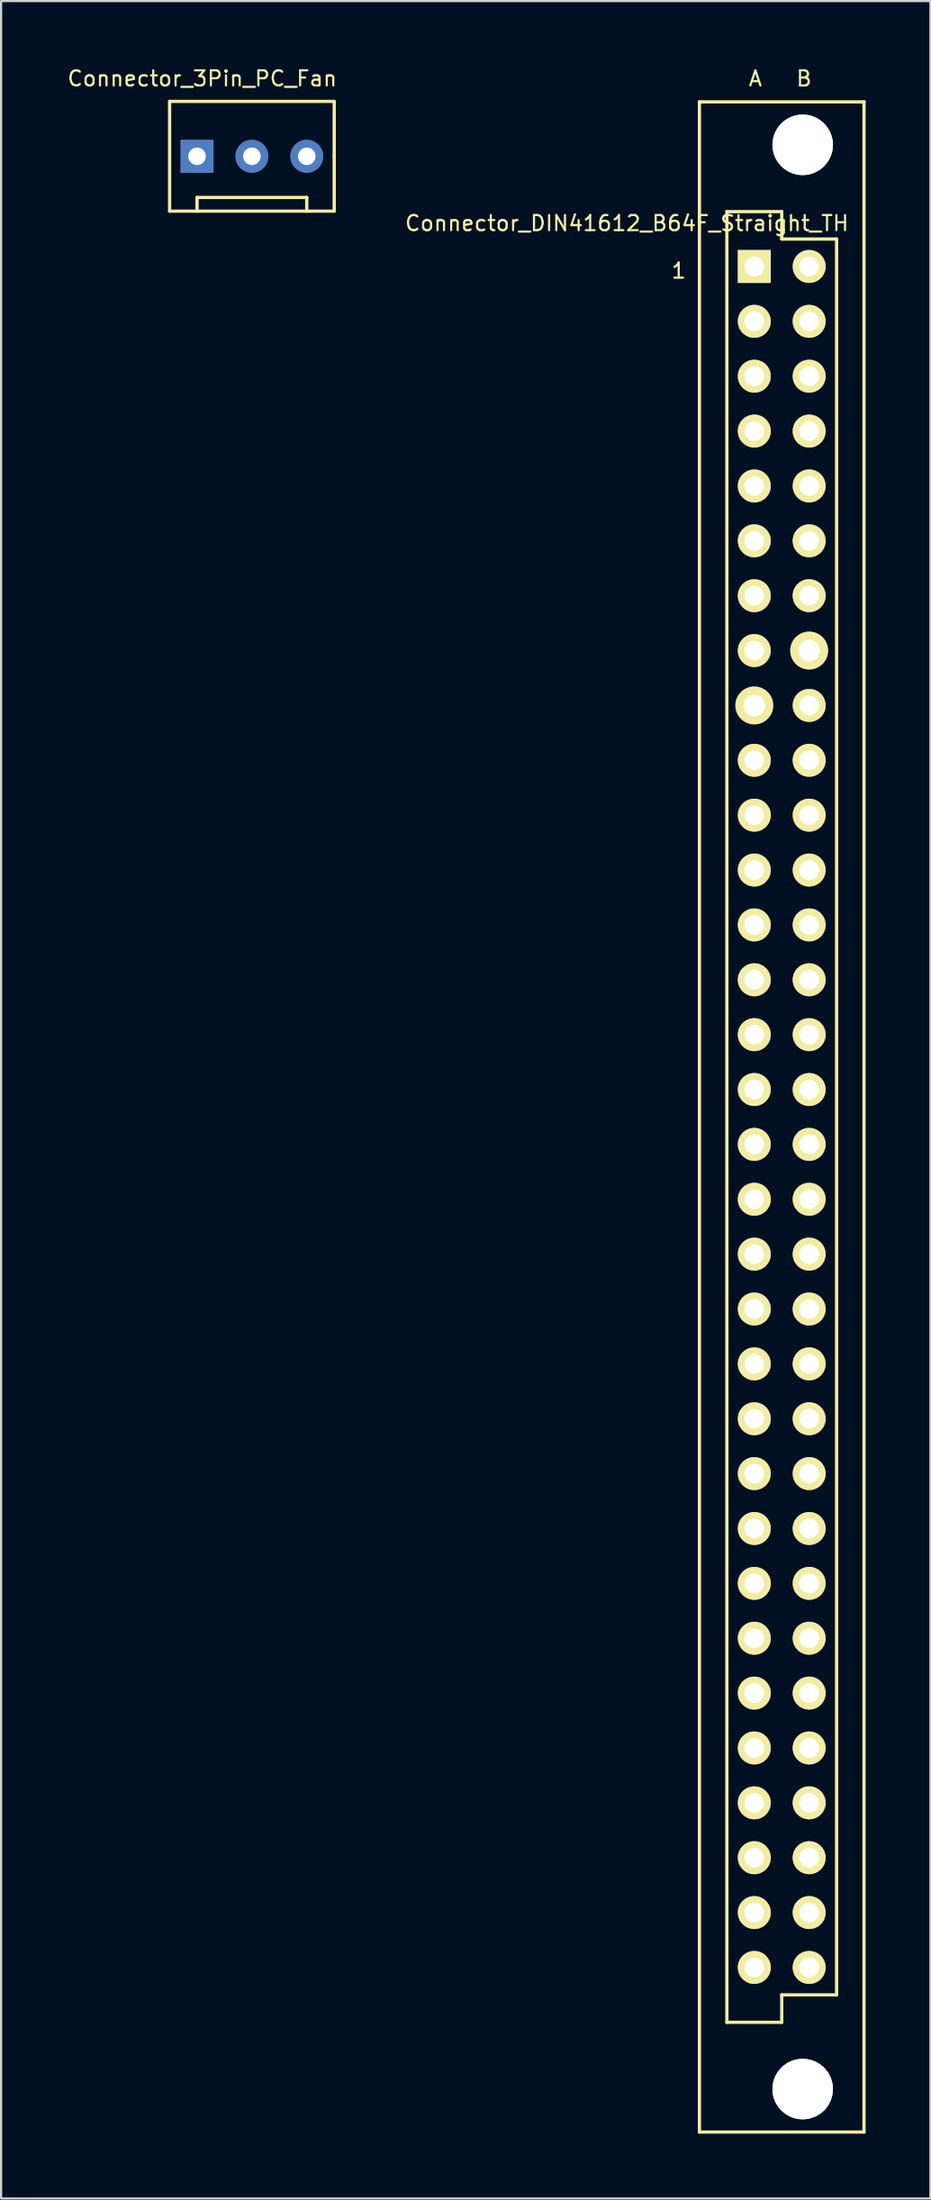
<source format=kicad_pcb>
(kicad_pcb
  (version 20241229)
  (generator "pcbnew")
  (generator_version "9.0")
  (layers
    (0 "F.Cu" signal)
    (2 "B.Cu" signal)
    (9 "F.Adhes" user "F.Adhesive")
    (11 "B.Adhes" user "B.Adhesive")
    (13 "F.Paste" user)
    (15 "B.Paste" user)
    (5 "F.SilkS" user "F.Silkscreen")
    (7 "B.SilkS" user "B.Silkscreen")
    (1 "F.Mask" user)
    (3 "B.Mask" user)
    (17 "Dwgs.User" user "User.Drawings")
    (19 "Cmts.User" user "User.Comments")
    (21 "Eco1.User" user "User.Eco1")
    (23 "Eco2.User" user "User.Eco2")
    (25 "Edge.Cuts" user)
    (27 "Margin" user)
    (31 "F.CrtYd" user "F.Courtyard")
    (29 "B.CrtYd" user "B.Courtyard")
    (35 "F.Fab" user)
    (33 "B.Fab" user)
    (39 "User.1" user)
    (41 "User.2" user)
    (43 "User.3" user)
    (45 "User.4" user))
  (footprint "Connector_3Pin_PC_Fan"
    (layer "F.Cu")
    (at 8.613 4.185)
    (property "Reference" "Connector_3Pin_PC_Fan" (at -2.3 -3.6 0) (layer "F.SilkS") (effects (font (size 0.7 0.7) (thickness 0.1))))
    (attr through_hole)
    (fp_line (start -3.81 -2.54) (end 3.81 -2.54) (stroke (width 0.15) (type solid)) (layer "F.SilkS"))
    (fp_line (start -3.81 2.54) (end -3.81 -2.54) (stroke (width 0.15) (type solid)) (layer "F.SilkS"))
    (fp_line (start -2.54 1.905) (end 2.54 1.905) (stroke (width 0.15) (type solid)) (layer "F.SilkS"))
    (fp_line (start -2.54 2.54) (end -2.54 1.905) (stroke (width 0.15) (type solid)) (layer "F.SilkS"))
    (fp_line (start 2.54 1.905) (end 2.54 2.54) (stroke (width 0.15) (type solid)) (layer "F.SilkS"))
    (fp_line (start 3.81 -2.54) (end 3.81 0) (stroke (width 0.15) (type solid)) (layer "F.SilkS"))
    (fp_line (start 3.81 0) (end 3.81 2.54) (stroke (width 0.15) (type solid)) (layer "F.SilkS"))
    (fp_line (start 3.81 2.54) (end -3.81 2.54) (stroke (width 0.15) (type solid)) (layer "F.SilkS"))
    (pad "1" thru_hole rect (at -2.54 0) (size 1.524 1.524) (drill 0.813) (layers "*.Cu" "*.Mask"))
    (pad "2" thru_hole circle (at 0 0) (size 1.524 1.524) (drill 0.813) (layers "*.Cu" "*.Mask"))
    (pad "3" thru_hole circle (at 2.54 0) (size 1.524 1.524) (drill 0.813) (layers "*.Cu" "*.Mask")))
  (footprint "Connector_DIN41612_B64F_Straight_TH"
    (layer "F.Cu")
    (at 31.873 9.285)
    (property "Reference" "Connector_DIN41612_B64F_Straight_TH" (at -5.9 -2 0) (layer "F.SilkS") (effects (font (size 0.7 0.7) (thickness 0.1))))
    (attr through_hole)
    (fp_line (start -2.54 -7.62) (end -2.54 86.36) (stroke (width 0.15) (type solid)) (layer "F.SilkS"))
    (fp_line (start -2.54 86.36) (end 5.08 86.36) (stroke (width 0.15) (type solid)) (layer "F.SilkS"))
    (fp_line (start -1.27 -2.54) (end 1.27 -2.54) (stroke (width 0.15) (type solid)) (layer "F.SilkS"))
    (fp_line (start -1.27 81.28) (end -1.27 -2.54) (stroke (width 0.15) (type solid)) (layer "F.SilkS"))
    (fp_line (start 1.27 -2.54) (end 1.27 -1.27) (stroke (width 0.15) (type solid)) (layer "F.SilkS"))
    (fp_line (start 1.27 -1.27) (end 3.81 -1.27) (stroke (width 0.15) (type solid)) (layer "F.SilkS"))
    (fp_line (start 1.27 80.01) (end 1.27 81.28) (stroke (width 0.15) (type solid)) (layer "F.SilkS"))
    (fp_line (start 1.27 81.28) (end -1.27 81.28) (stroke (width 0.15) (type solid)) (layer "F.SilkS"))
    (fp_line (start 3.81 -1.27) (end 3.81 80.01) (stroke (width 0.15) (type solid)) (layer "F.SilkS"))
    (fp_line (start 3.81 80.01) (end 1.27 80.01) (stroke (width 0.15) (type solid)) (layer "F.SilkS"))
    (fp_line (start 5.08 -7.62) (end -2.54 -7.62) (stroke (width 0.15) (type solid)) (layer "F.SilkS"))
    (fp_line (start 5.08 86.36) (end 5.08 -7.62) (stroke (width 0.15) (type solid)) (layer "F.SilkS"))
    (fp_text user "A   B" (at 1.2 -8.7 0) (layer "F.SilkS") (effects (font (size 0.7 0.7) (thickness 0.1))))
    (fp_text user "1" (at -3.5 0.2 0) (layer "F.SilkS") (effects (font (size 0.7 0.7) (thickness 0.1))))
    (pad "" np_thru_hole circle (at 2.24 -5.63) (size 2.8 2.8) (drill 2.8) (layers "*.Cu" "*.Mask" "F.SilkS"))
    (pad "" np_thru_hole circle (at 2.24 84.37) (size 2.8 2.8) (drill 2.8) (layers "*.Cu" "*.Mask" "F.SilkS"))
    (pad "A1" thru_hole rect (at 0 0) (size 1.524 1.524) (drill 0.914) (layers "*.Cu" "*.Mask" "F.SilkS"))
    (pad "A2" thru_hole circle (at 0 2.54) (size 1.524 1.524) (drill 0.914) (layers "*.Cu" "*.Mask" "F.SilkS"))
    (pad "A3" thru_hole circle (at 0 5.08) (size 1.524 1.524) (drill 0.914) (layers "*.Cu" "*.Mask" "F.SilkS"))
    (pad "A4" thru_hole circle (at 0 7.62) (size 1.524 1.524) (drill 0.914) (layers "*.Cu" "*.Mask" "F.SilkS"))
    (pad "A5" thru_hole circle (at 0 10.16) (size 1.524 1.524) (drill 0.914) (layers "*.Cu" "*.Mask" "F.SilkS"))
    (pad "A6" thru_hole circle (at 0 12.7) (size 1.524 1.524) (drill 0.914) (layers "*.Cu" "*.Mask" "F.SilkS"))
    (pad "A7" thru_hole circle (at 0 15.24) (size 1.524 1.524) (drill 0.914) (layers "*.Cu" "*.Mask" "F.SilkS"))
    (pad "A8" thru_hole circle (at 0 17.78) (size 1.524 1.524) (drill 0.914) (layers "*.Cu" "*.Mask" "F.SilkS"))
    (pad "A9" thru_hole circle (at 0 20.32) (size 1.75 1.75) (drill 1) (layers "*.Cu" "*.Mask" "F.SilkS"))
    (pad "A10" thru_hole circle (at 0 22.86) (size 1.524 1.524) (drill 0.914) (layers "*.Cu" "*.Mask" "F.SilkS"))
    (pad "A11" thru_hole circle (at 0 25.4) (size 1.524 1.524) (drill 0.914) (layers "*.Cu" "*.Mask" "F.SilkS"))
    (pad "A12" thru_hole circle (at 0 27.94) (size 1.524 1.524) (drill 0.914) (layers "*.Cu" "*.Mask" "F.SilkS"))
    (pad "A13" thru_hole circle (at 0 30.48) (size 1.524 1.524) (drill 0.914) (layers "*.Cu" "*.Mask" "F.SilkS"))
    (pad "A14" thru_hole circle (at 0 33.02) (size 1.524 1.524) (drill 0.914) (layers "*.Cu" "*.Mask" "F.SilkS"))
    (pad "A15" thru_hole circle (at 0 35.56) (size 1.524 1.524) (drill 0.914) (layers "*.Cu" "*.Mask" "F.SilkS"))
    (pad "A16" thru_hole circle (at 0 38.1) (size 1.524 1.524) (drill 0.914) (layers "*.Cu" "*.Mask" "F.SilkS"))
    (pad "A17" thru_hole circle (at 0 40.64) (size 1.524 1.524) (drill 0.914) (layers "*.Cu" "*.Mask" "F.SilkS"))
    (pad "A18" thru_hole circle (at 0 43.18) (size 1.524 1.524) (drill 0.914) (layers "*.Cu" "*.Mask" "F.SilkS"))
    (pad "A19" thru_hole circle (at 0 45.72) (size 1.524 1.524) (drill 0.914) (layers "*.Cu" "*.Mask" "F.SilkS"))
    (pad "A20" thru_hole circle (at 0 48.26) (size 1.524 1.524) (drill 0.914) (layers "*.Cu" "*.Mask" "F.SilkS"))
    (pad "A21" thru_hole circle (at 0 50.8) (size 1.524 1.524) (drill 0.914) (layers "*.Cu" "*.Mask" "F.SilkS"))
    (pad "A22" thru_hole circle (at 0 53.34) (size 1.524 1.524) (drill 0.914) (layers "*.Cu" "*.Mask" "F.SilkS"))
    (pad "A23" thru_hole circle (at 0 55.88) (size 1.524 1.524) (drill 0.914) (layers "*.Cu" "*.Mask" "F.SilkS"))
    (pad "A24" thru_hole circle (at 0 58.42) (size 1.524 1.524) (drill 0.914) (layers "*.Cu" "*.Mask" "F.SilkS"))
    (pad "A25" thru_hole circle (at 0 60.96) (size 1.524 1.524) (drill 0.914) (layers "*.Cu" "*.Mask" "F.SilkS"))
    (pad "A26" thru_hole circle (at 0 63.5) (size 1.524 1.524) (drill 0.914) (layers "*.Cu" "*.Mask" "F.SilkS"))
    (pad "A27" thru_hole circle (at 0 66.04) (size 1.524 1.524) (drill 0.914) (layers "*.Cu" "*.Mask" "F.SilkS"))
    (pad "A28" thru_hole circle (at 0 68.58) (size 1.524 1.524) (drill 0.914) (layers "*.Cu" "*.Mask" "F.SilkS"))
    (pad "A29" thru_hole circle (at 0 71.12) (size 1.524 1.524) (drill 0.914) (layers "*.Cu" "*.Mask" "F.SilkS"))
    (pad "A30" thru_hole circle (at 0 73.66) (size 1.524 1.524) (drill 0.914) (layers "*.Cu" "*.Mask" "F.SilkS"))
    (pad "A31" thru_hole circle (at 0 76.2) (size 1.524 1.524) (drill 0.914) (layers "*.Cu" "*.Mask" "F.SilkS"))
    (pad "A32" thru_hole circle (at 0 78.74) (size 1.524 1.524) (drill 0.914) (layers "*.Cu" "*.Mask" "F.SilkS"))
    (pad "B1" thru_hole circle (at 2.54 0) (size 1.524 1.524) (drill 0.914) (layers "*.Cu" "*.Mask" "F.SilkS"))
    (pad "B2" thru_hole circle (at 2.54 2.54) (size 1.524 1.524) (drill 0.914) (layers "*.Cu" "*.Mask" "F.SilkS"))
    (pad "B3" thru_hole circle (at 2.54 5.08) (size 1.524 1.524) (drill 0.914) (layers "*.Cu" "*.Mask" "F.SilkS"))
    (pad "B4" thru_hole circle (at 2.54 7.62) (size 1.524 1.524) (drill 0.914) (layers "*.Cu" "*.Mask" "F.SilkS"))
    (pad "B5" thru_hole circle (at 2.54 10.16) (size 1.524 1.524) (drill 0.914) (layers "*.Cu" "*.Mask" "F.SilkS"))
    (pad "B6" thru_hole circle (at 2.54 12.7) (size 1.524 1.524) (drill 0.914) (layers "*.Cu" "*.Mask" "F.SilkS"))
    (pad "B7" thru_hole circle (at 2.54 15.24) (size 1.524 1.524) (drill 0.914) (layers "*.Cu" "*.Mask" "F.SilkS"))
    (pad "B8" thru_hole circle (at 2.54 17.78) (size 1.75 1.75) (drill 1) (layers "*.Cu" "*.Mask" "F.SilkS"))
    (pad "B9" thru_hole circle (at 2.54 20.32) (size 1.524 1.524) (drill 0.914) (layers "*.Cu" "*.Mask" "F.SilkS"))
    (pad "B10" thru_hole circle (at 2.54 22.86) (size 1.524 1.524) (drill 0.914) (layers "*.Cu" "*.Mask" "F.SilkS"))
    (pad "B11" thru_hole circle (at 2.54 25.4) (size 1.524 1.524) (drill 0.914) (layers "*.Cu" "*.Mask" "F.SilkS"))
    (pad "B12" thru_hole circle (at 2.54 27.94) (size 1.524 1.524) (drill 0.914) (layers "*.Cu" "*.Mask" "F.SilkS"))
    (pad "B13" thru_hole circle (at 2.54 30.48) (size 1.524 1.524) (drill 0.914) (layers "*.Cu" "*.Mask" "F.SilkS"))
    (pad "B14" thru_hole circle (at 2.54 33.02) (size 1.524 1.524) (drill 0.914) (layers "*.Cu" "*.Mask" "F.SilkS"))
    (pad "B15" thru_hole circle (at 2.54 35.56) (size 1.524 1.524) (drill 0.914) (layers "*.Cu" "*.Mask" "F.SilkS"))
    (pad "B16" thru_hole circle (at 2.54 38.1) (size 1.524 1.524) (drill 0.914) (layers "*.Cu" "*.Mask" "F.SilkS"))
    (pad "B17" thru_hole circle (at 2.54 40.64) (size 1.524 1.524) (drill 0.914) (layers "*.Cu" "*.Mask" "F.SilkS"))
    (pad "B18" thru_hole circle (at 2.54 43.18) (size 1.524 1.524) (drill 0.914) (layers "*.Cu" "*.Mask" "F.SilkS"))
    (pad "B19" thru_hole circle (at 2.54 45.72) (size 1.524 1.524) (drill 0.914) (layers "*.Cu" "*.Mask" "F.SilkS"))
    (pad "B20" thru_hole circle (at 2.54 48.26) (size 1.524 1.524) (drill 0.914) (layers "*.Cu" "*.Mask" "F.SilkS"))
    (pad "B21" thru_hole circle (at 2.54 50.8) (size 1.524 1.524) (drill 0.914) (layers "*.Cu" "*.Mask" "F.SilkS"))
    (pad "B22" thru_hole circle (at 2.54 53.34) (size 1.524 1.524) (drill 0.914) (layers "*.Cu" "*.Mask" "F.SilkS"))
    (pad "B23" thru_hole circle (at 2.54 55.88) (size 1.524 1.524) (drill 0.914) (layers "*.Cu" "*.Mask" "F.SilkS"))
    (pad "B24" thru_hole circle (at 2.54 58.42) (size 1.524 1.524) (drill 0.914) (layers "*.Cu" "*.Mask" "F.SilkS"))
    (pad "B25" thru_hole circle (at 2.54 60.96) (size 1.524 1.524) (drill 0.914) (layers "*.Cu" "*.Mask" "F.SilkS"))
    (pad "B26" thru_hole circle (at 2.54 63.5) (size 1.524 1.524) (drill 0.914) (layers "*.Cu" "*.Mask" "F.SilkS"))
    (pad "B27" thru_hole circle (at 2.54 66.04) (size 1.524 1.524) (drill 0.914) (layers "*.Cu" "*.Mask" "F.SilkS"))
    (pad "B28" thru_hole circle (at 2.54 68.58) (size 1.524 1.524) (drill 0.914) (layers "*.Cu" "*.Mask" "F.SilkS"))
    (pad "B29" thru_hole circle (at 2.54 71.12) (size 1.524 1.524) (drill 0.914) (layers "*.Cu" "*.Mask" "F.SilkS"))
    (pad "B30" thru_hole circle (at 2.54 73.66) (size 1.524 1.524) (drill 0.914) (layers "*.Cu" "*.Mask" "F.SilkS"))
    (pad "B31" thru_hole circle (at 2.54 76.2) (size 1.524 1.524) (drill 0.914) (layers "*.Cu" "*.Mask" "F.SilkS"))
    (pad "B32" thru_hole circle (at 2.54 78.74) (size 1.524 1.524) (drill 0.914) (layers "*.Cu" "*.Mask" "F.SilkS")))
  (gr_rect
    (start -3 -3)
    (end 40.028 98.72)
    (stroke (width 0.1) (type default))
    (fill no)
    (layer "Edge.Cuts")))
</source>
